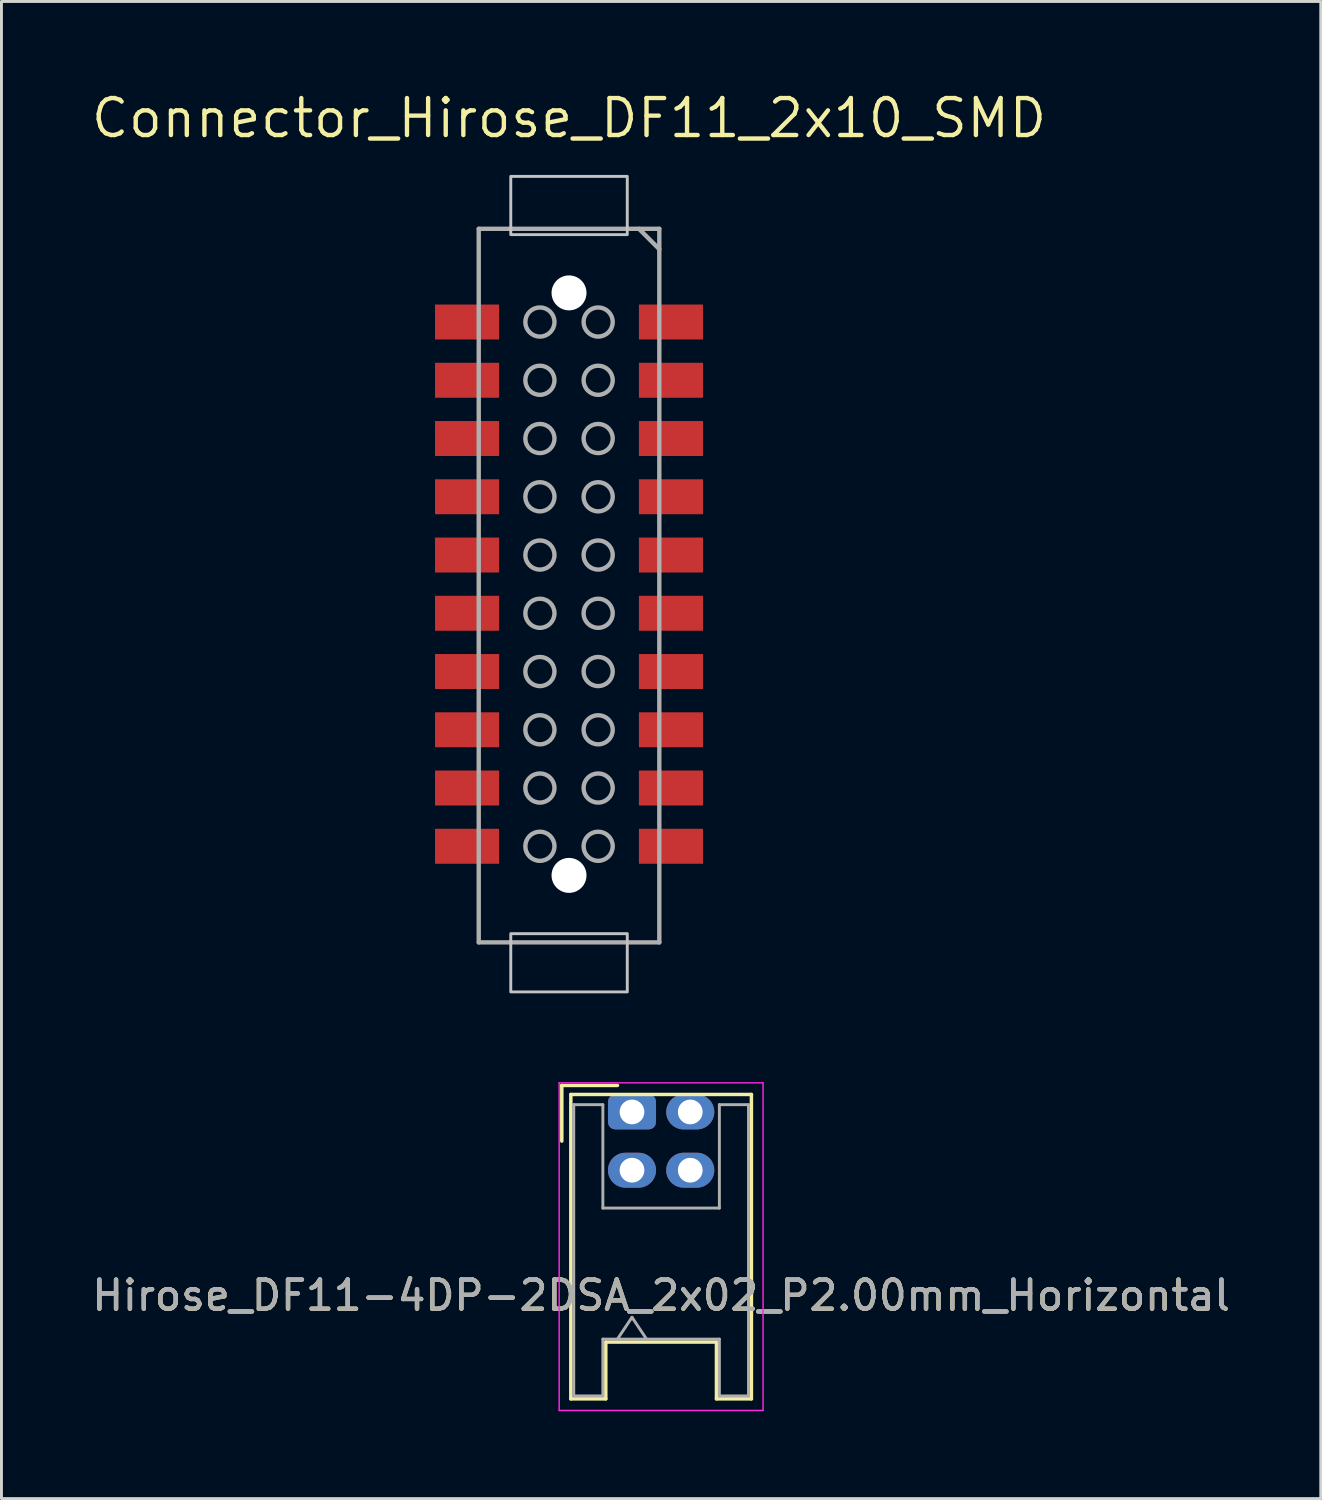
<source format=kicad_pcb>
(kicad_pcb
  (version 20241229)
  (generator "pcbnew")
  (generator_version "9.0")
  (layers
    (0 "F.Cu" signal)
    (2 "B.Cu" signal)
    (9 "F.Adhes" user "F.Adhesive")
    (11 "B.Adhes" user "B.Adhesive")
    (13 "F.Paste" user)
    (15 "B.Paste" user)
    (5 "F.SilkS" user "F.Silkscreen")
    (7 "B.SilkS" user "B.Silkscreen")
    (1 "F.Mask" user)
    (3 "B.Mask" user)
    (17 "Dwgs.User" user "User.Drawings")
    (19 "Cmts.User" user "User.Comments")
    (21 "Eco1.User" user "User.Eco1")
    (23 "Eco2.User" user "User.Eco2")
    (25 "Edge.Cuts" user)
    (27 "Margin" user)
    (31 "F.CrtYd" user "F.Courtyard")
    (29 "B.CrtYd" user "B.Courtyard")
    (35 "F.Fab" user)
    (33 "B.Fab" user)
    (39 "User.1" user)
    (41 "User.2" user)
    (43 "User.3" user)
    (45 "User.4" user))
  (footprint "Connector_Hirose_DF11_2x10_SMD"
    (layer "F.Cu")
    (at 16.487 17.006)
    (property "Reference" "Connector_Hirose_DF11_2x10_SMD" (at 0 -16 180) (layer "F.SilkS") (effects (font (size 1.27 1.27) (thickness 0.15))))
    (attr through_hole)
    (fp_poly (pts (xy -2.032 -14.097) (xy -2.032 -11.922) (xy 2.032 -11.922) (xy 2.032 -14.097)) (stroke (width 0) (type solid)) (fill yes) (layer "F.Mask"))
    (fp_poly (pts (xy -2.032 11.922) (xy -2.032 14.097) (xy 2.032 14.097) (xy 2.032 11.922)) (stroke (width 0) (type solid)) (fill yes) (layer "F.Mask"))
    (fp_poly (pts (xy -2 -14) (xy -2 -12) (xy 2 -12) (xy 2 -14)) (stroke (width 0.1) (type solid)) (fill no) (layer "Dwgs.User"))
    (fp_poly (pts (xy -2 12) (xy -2 14) (xy 2 14) (xy 2 12)) (stroke (width 0.1) (type solid)) (fill no) (layer "Dwgs.User"))
    (fp_line (start -3.1 -12.2) (end 3.1 -12.2) (stroke (width 0.15) (type solid)) (layer "F.Fab"))
    (fp_line (start -3.1 12.3) (end -3.1 -12.2) (stroke (width 0.15) (type solid)) (layer "F.Fab"))
    (fp_line (start 3.1 -12.2) (end 3.1 12.3) (stroke (width 0.15) (type solid)) (layer "F.Fab"))
    (fp_line (start 3.1 -11.5) (end 2.4 -12.2) (stroke (width 0.15) (type solid)) (layer "F.Fab"))
    (fp_line (start 3.1 12.3) (end -3.1 12.3) (stroke (width 0.15) (type solid)) (layer "F.Fab"))
    (fp_circle (center -1 -9) (end -0.6 -8.7) (stroke (width 0.15) (type solid)) (fill no) (layer "F.Fab"))
    (fp_circle (center -1 -7) (end -0.6 -6.7) (stroke (width 0.15) (type solid)) (fill no) (layer "F.Fab"))
    (fp_circle (center -1 -5) (end -0.6 -4.7) (stroke (width 0.15) (type solid)) (fill no) (layer "F.Fab"))
    (fp_circle (center -1 -3) (end -0.6 -2.7) (stroke (width 0.15) (type solid)) (fill no) (layer "F.Fab"))
    (fp_circle (center -1 -1) (end -0.6 -0.7) (stroke (width 0.15) (type solid)) (fill no) (layer "F.Fab"))
    (fp_circle (center -1 1) (end -0.6 1.3) (stroke (width 0.15) (type solid)) (fill no) (layer "F.Fab"))
    (fp_circle (center -1 3) (end -0.6 3.3) (stroke (width 0.15) (type solid)) (fill no) (layer "F.Fab"))
    (fp_circle (center -1 5) (end -0.6 5.3) (stroke (width 0.15) (type solid)) (fill no) (layer "F.Fab"))
    (fp_circle (center -1 7) (end -0.6 7.3) (stroke (width 0.15) (type solid)) (fill no) (layer "F.Fab"))
    (fp_circle (center -1 9) (end -0.6 9.3) (stroke (width 0.15) (type solid)) (fill no) (layer "F.Fab"))
    (fp_circle (center 1 -9) (end 1.4 -8.7) (stroke (width 0.15) (type solid)) (fill no) (layer "F.Fab"))
    (fp_circle (center 1 -7) (end 1.4 -6.7) (stroke (width 0.15) (type solid)) (fill no) (layer "F.Fab"))
    (fp_circle (center 1 -5) (end 1.4 -4.7) (stroke (width 0.15) (type solid)) (fill no) (layer "F.Fab"))
    (fp_circle (center 1 -3) (end 1.4 -2.7) (stroke (width 0.15) (type solid)) (fill no) (layer "F.Fab"))
    (fp_circle (center 1 -1) (end 1.4 -0.7) (stroke (width 0.15) (type solid)) (fill no) (layer "F.Fab"))
    (fp_circle (center 1 1) (end 1.4 1.3) (stroke (width 0.15) (type solid)) (fill no) (layer "F.Fab"))
    (fp_circle (center 1 3) (end 1.4 3.3) (stroke (width 0.15) (type solid)) (fill no) (layer "F.Fab"))
    (fp_circle (center 1 5) (end 1.4 5.3) (stroke (width 0.15) (type solid)) (fill no) (layer "F.Fab"))
    (fp_circle (center 1 7) (end 1.4 7.3) (stroke (width 0.15) (type solid)) (fill no) (layer "F.Fab"))
    (fp_circle (center 1 9) (end 1.4 9.3) (stroke (width 0.15) (type solid)) (fill no) (layer "F.Fab"))
    (pad "" np_thru_hole circle (at 0 -10 270) (size 1.2 1.2) (drill 1.2) (layers "*.Cu"))
    (pad "" np_thru_hole circle (at 0 10 270) (size 1.2 1.2) (drill 1.2) (layers "*.Cu"))
    (pad "1" smd rect (at 3.5 -9) (size 2.2 1.2) (layers "F.Cu" "F.Mask" "F.Paste"))
    (pad "2" smd rect (at -3.5 -9) (size 2.2 1.2) (layers "F.Cu" "F.Mask" "F.Paste"))
    (pad "3" smd rect (at 3.5 -7) (size 2.2 1.2) (layers "F.Cu" "F.Mask" "F.Paste"))
    (pad "4" smd rect (at -3.5 -7) (size 2.2 1.2) (layers "F.Cu" "F.Mask" "F.Paste"))
    (pad "5" smd rect (at 3.5 -5) (size 2.2 1.2) (layers "F.Cu" "F.Mask" "F.Paste"))
    (pad "6" smd rect (at -3.5 -5) (size 2.2 1.2) (layers "F.Cu" "F.Mask" "F.Paste"))
    (pad "7" smd rect (at 3.5 -3) (size 2.2 1.2) (layers "F.Cu" "F.Mask" "F.Paste"))
    (pad "8" smd rect (at -3.5 -3) (size 2.2 1.2) (layers "F.Cu" "F.Mask" "F.Paste"))
    (pad "9" smd rect (at 3.5 -1) (size 2.2 1.2) (layers "F.Cu" "F.Mask" "F.Paste"))
    (pad "10" smd rect (at -3.5 -1) (size 2.2 1.2) (layers "F.Cu" "F.Mask" "F.Paste"))
    (pad "11" smd rect (at 3.5 1 180) (size 2.2 1.2) (layers "F.Cu" "F.Mask" "F.Paste"))
    (pad "12" smd rect (at -3.5 1) (size 2.2 1.2) (layers "F.Cu" "F.Mask" "F.Paste"))
    (pad "13" smd rect (at 3.5 3) (size 2.2 1.2) (layers "F.Cu" "F.Mask" "F.Paste"))
    (pad "14" smd rect (at -3.5 3) (size 2.2 1.2) (layers "F.Cu" "F.Mask" "F.Paste"))
    (pad "15" smd rect (at 3.5 5) (size 2.2 1.2) (layers "F.Cu" "F.Mask" "F.Paste"))
    (pad "16" smd rect (at -3.5 5) (size 2.2 1.2) (layers "F.Cu" "F.Mask" "F.Paste"))
    (pad "17" smd rect (at 3.5 7) (size 2.2 1.2) (layers "F.Cu" "F.Mask" "F.Paste"))
    (pad "18" smd rect (at -3.5 7) (size 2.2 1.2) (layers "F.Cu" "F.Mask" "F.Paste"))
    (pad "19" smd rect (at 3.5 9) (size 2.2 1.2) (layers "F.Cu" "F.Mask" "F.Paste"))
    (pad "20" smd rect (at -3.5 9) (size 2.2 1.2) (layers "F.Cu" "F.Mask" "F.Paste")))
  (footprint "Hirose_DF11-4DP-2DSA_2x02_P2.00mm_Horizontal"
    (layer "F.Cu")
    (at 18.649 35.128)
    (property "Reference" "Hirose_DF11-4DP-2DSA_2x02_P2.00mm_Horizontal" (at 1 6.3 0) (layer "F.SilkS") (effects (font (size 1 1) (thickness 0.15))))
    (attr through_hole)
    (fp_line (start -2.41 -0.91) (end -0.5 -0.91) (stroke (width 0.12) (type solid)) (layer "F.SilkS"))
    (fp_line (start -2.41 1) (end -2.41 -0.91) (stroke (width 0.12) (type solid)) (layer "F.SilkS"))
    (fp_line (start -2.1 -0.6) (end -2.1 9.85) (stroke (width 0.12) (type solid)) (layer "F.SilkS"))
    (fp_line (start -2.1 9.85) (end -0.9 9.85) (stroke (width 0.12) (type solid)) (layer "F.SilkS"))
    (fp_line (start -0.9 7.9) (end -0.9 9.85) (stroke (width 0.12) (type solid)) (layer "F.SilkS"))
    (fp_line (start -0.9 7.9) (end 2.9 7.9) (stroke (width 0.12) (type solid)) (layer "F.SilkS"))
    (fp_line (start 2.9 9.85) (end 2.9 7.9) (stroke (width 0.12) (type solid)) (layer "F.SilkS"))
    (fp_line (start 2.9 9.85) (end 4.1 9.85) (stroke (width 0.12) (type solid)) (layer "F.SilkS"))
    (fp_line (start 4.1 -0.6) (end -2.1 -0.6) (stroke (width 0.12) (type solid)) (layer "F.SilkS"))
    (fp_line (start 4.1 9.85) (end 4.1 -0.6) (stroke (width 0.12) (type solid)) (layer "F.SilkS"))
    (fp_line (start -2.5 -1) (end -2.5 10.25) (stroke (width 0.05) (type solid)) (layer "F.CrtYd"))
    (fp_line (start -2.5 10.25) (end 4.5 10.25) (stroke (width 0.05) (type solid)) (layer "F.CrtYd"))
    (fp_line (start 4.5 -1) (end -2.5 -1) (stroke (width 0.05) (type solid)) (layer "F.CrtYd"))
    (fp_line (start 4.5 10.25) (end 4.5 -1) (stroke (width 0.05) (type solid)) (layer "F.CrtYd"))
    (fp_line (start -2 -0.25) (end -2 9.75) (stroke (width 0.1) (type solid)) (layer "F.Fab"))
    (fp_line (start -2 9.75) (end -1 9.75) (stroke (width 0.1) (type solid)) (layer "F.Fab"))
    (fp_line (start -1 -0.25) (end -2 -0.25) (stroke (width 0.1) (type solid)) (layer "F.Fab"))
    (fp_line (start -1 3.3) (end -1 -0.25) (stroke (width 0.1) (type solid)) (layer "F.Fab"))
    (fp_line (start -1 3.3) (end 3 3.3) (stroke (width 0.1) (type solid)) (layer "F.Fab"))
    (fp_line (start -1 7.8) (end 3 7.8) (stroke (width 0.1) (type solid)) (layer "F.Fab"))
    (fp_line (start -1 9.75) (end -1 7.8) (stroke (width 0.1) (type solid)) (layer "F.Fab"))
    (fp_line (start -0.5 7.8) (end 0 7.05) (stroke (width 0.1) (type solid)) (layer "F.Fab"))
    (fp_line (start 0 7.05) (end 0.5 7.8) (stroke (width 0.1) (type solid)) (layer "F.Fab"))
    (fp_line (start 3 3.3) (end 3 -0.25) (stroke (width 0.1) (type solid)) (layer "F.Fab"))
    (fp_line (start 3 7.8) (end 3 9.75) (stroke (width 0.1) (type solid)) (layer "F.Fab"))
    (fp_line (start 3 9.75) (end 4 9.75) (stroke (width 0.1) (type solid)) (layer "F.Fab"))
    (fp_line (start 4 -0.25) (end 3 -0.25) (stroke (width 0.1) (type solid)) (layer "F.Fab"))
    (fp_line (start 4 9.75) (end 4 -0.25) (stroke (width 0.1) (type solid)) (layer "F.Fab"))
    (fp_text user "${REFERENCE}" (at 1 6.3 0) (layer "F.Fab") (effects (font (size 1 1) (thickness 0.15))))
    (pad "1" thru_hole roundrect (at 0 0 90) (size 1.2 1.65) (drill 0.85) (layers "*.Cu" "*.Mask") (roundrect_rratio 0.208))
    (pad "2" thru_hole oval (at 0 2 90) (size 1.2 1.65) (drill 0.85) (layers "*.Cu" "*.Mask"))
    (pad "3" thru_hole oval (at 2 0 90) (size 1.2 1.65) (drill 0.85) (layers "*.Cu" "*.Mask"))
    (pad "4" thru_hole oval (at 2 2 90) (size 1.2 1.65) (drill 0.85) (layers "*.Cu" "*.Mask")))
  (gr_rect
    (start -3 -3)
    (end 42.298 48.403)
    (stroke (width 0.1) (type default))
    (fill no)
    (layer "Edge.Cuts")))
</source>
